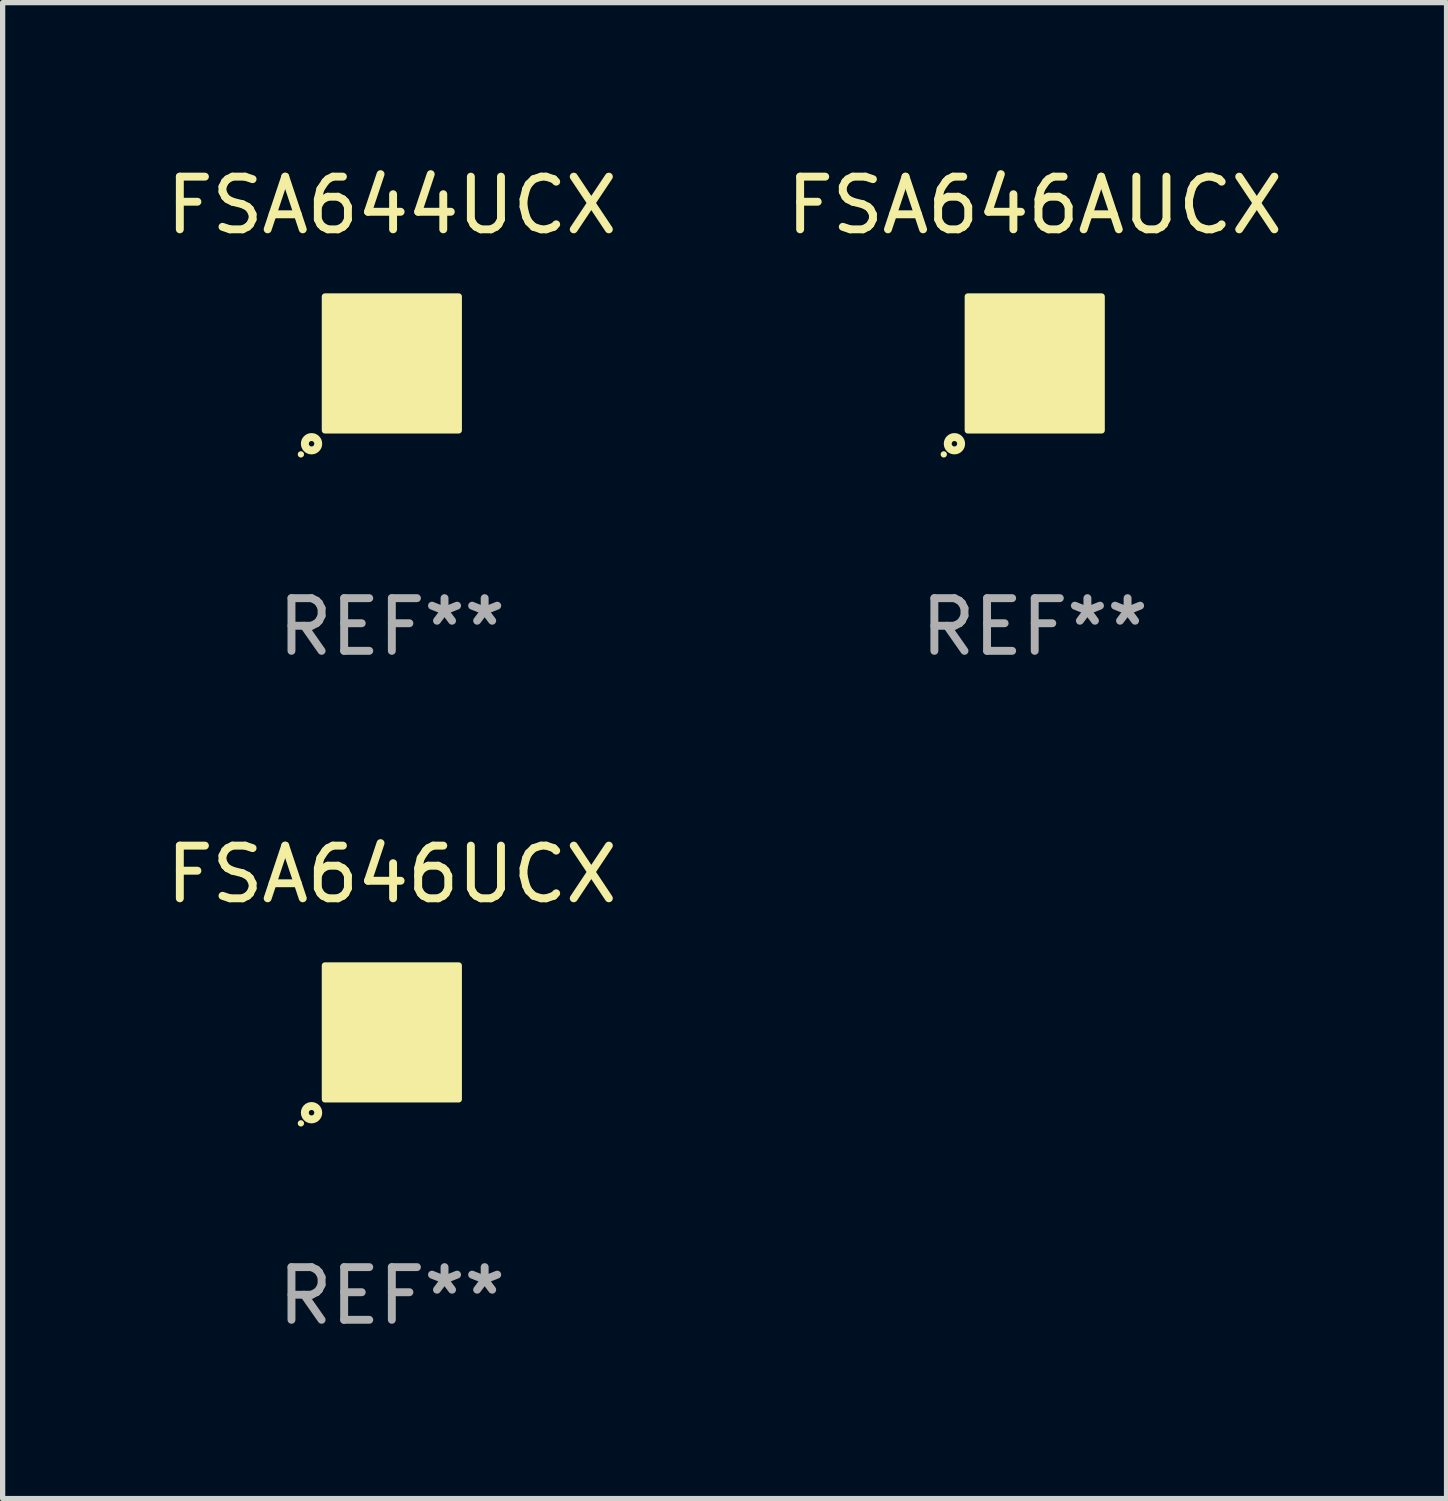
<source format=kicad_pcb>
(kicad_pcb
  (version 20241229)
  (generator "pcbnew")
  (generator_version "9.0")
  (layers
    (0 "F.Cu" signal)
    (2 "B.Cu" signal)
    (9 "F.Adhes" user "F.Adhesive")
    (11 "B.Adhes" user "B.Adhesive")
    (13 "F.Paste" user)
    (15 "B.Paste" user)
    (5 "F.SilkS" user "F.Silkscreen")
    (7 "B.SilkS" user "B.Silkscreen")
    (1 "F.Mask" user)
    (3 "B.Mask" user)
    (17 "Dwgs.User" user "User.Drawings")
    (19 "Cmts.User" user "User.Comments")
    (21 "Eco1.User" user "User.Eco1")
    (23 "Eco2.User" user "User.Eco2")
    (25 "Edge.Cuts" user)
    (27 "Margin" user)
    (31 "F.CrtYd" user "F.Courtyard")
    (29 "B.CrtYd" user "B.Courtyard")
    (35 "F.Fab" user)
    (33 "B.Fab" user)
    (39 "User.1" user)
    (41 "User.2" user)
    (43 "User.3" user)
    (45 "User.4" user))
  (footprint "FSA646AUCX"
    (layer "F.Cu")
    (at 16.589 3.848)
    (property "Reference" "FSA646AUCX" (at 0 -3 0) (layer "F.SilkS") (effects (font (size 1 1) (thickness 0.15))))
    (attr through_hole)
    (fp_circle (center -1.726 1.726) (end -1.696 1.726) (stroke (width 0.06) (type solid)) (fill no) (layer "F.SilkS"))
    (fp_circle (center -1.524 1.524) (end -1.397 1.524) (stroke (width 0.15) (type solid)) (fill no) (layer "F.SilkS"))
    (fp_poly (pts (xy -1.27 -1.27) (xy 1.27 -1.27) (xy 1.27 1.27) (xy -1.27 1.27)) (stroke (width 0.12) (type solid)) (fill yes) (layer "F.SilkS"))
    (fp_text user "REF**" (at 0 5 0) (layer "F.Fab") (effects (font (size 1 1) (thickness 0.15))))
    (pad "A1" smd circle (at -1 1) (size 0.3 0.3) (layers "F.Cu" "F.Mask" "F.Paste"))
    (pad "A2" smd circle (at -1 0.6) (size 0.3 0.3) (layers "F.Cu" "F.Mask" "F.Paste"))
    (pad "A3" smd circle (at -1 0.2) (size 0.3 0.3) (layers "F.Cu" "F.Mask" "F.Paste"))
    (pad "A4" smd circle (at -1 -0.2) (size 0.3 0.3) (layers "F.Cu" "F.Mask" "F.Paste"))
    (pad "A5" smd circle (at -1 -0.6) (size 0.3 0.3) (layers "F.Cu" "F.Mask" "F.Paste"))
    (pad "A6" smd circle (at -1 -1) (size 0.3 0.3) (layers "F.Cu" "F.Mask" "F.Paste"))
    (pad "B1" smd circle (at -0.6 1) (size 0.3 0.3) (layers "F.Cu" "F.Mask" "F.Paste"))
    (pad "B2" smd circle (at -0.6 0.6) (size 0.3 0.3) (layers "F.Cu" "F.Mask" "F.Paste"))
    (pad "B3" smd circle (at -0.6 0.2) (size 0.3 0.3) (layers "F.Cu" "F.Mask" "F.Paste"))
    (pad "B4" smd circle (at -0.6 -0.2) (size 0.3 0.3) (layers "F.Cu" "F.Mask" "F.Paste"))
    (pad "B5" smd circle (at -0.6 -0.6) (size 0.3 0.3) (layers "F.Cu" "F.Mask" "F.Paste"))
    (pad "B6" smd circle (at -0.6 -1) (size 0.3 0.3) (layers "F.Cu" "F.Mask" "F.Paste"))
    (pad "C1" smd circle (at -0.2 1) (size 0.3 0.3) (layers "F.Cu" "F.Mask" "F.Paste"))
    (pad "C2" smd circle (at -0.2 0.6) (size 0.3 0.3) (layers "F.Cu" "F.Mask" "F.Paste"))
    (pad "C3" smd circle (at -0.2 0.2) (size 0.3 0.3) (layers "F.Cu" "F.Mask" "F.Paste"))
    (pad "C4" smd circle (at -0.2 -0.2) (size 0.3 0.3) (layers "F.Cu" "F.Mask" "F.Paste"))
    (pad "C5" smd circle (at -0.2 -0.6) (size 0.3 0.3) (layers "F.Cu" "F.Mask" "F.Paste"))
    (pad "C6" smd circle (at -0.2 -1) (size 0.3 0.3) (layers "F.Cu" "F.Mask" "F.Paste"))
    (pad "D1" smd circle (at 0.2 1) (size 0.3 0.3) (layers "F.Cu" "F.Mask" "F.Paste"))
    (pad "D2" smd circle (at 0.2 0.6) (size 0.3 0.3) (layers "F.Cu" "F.Mask" "F.Paste"))
    (pad "D3" smd circle (at 0.2 0.2) (size 0.3 0.3) (layers "F.Cu" "F.Mask" "F.Paste"))
    (pad "D4" smd circle (at 0.2 -0.2) (size 0.3 0.3) (layers "F.Cu" "F.Mask" "F.Paste"))
    (pad "D5" smd circle (at 0.2 -0.6) (size 0.3 0.3) (layers "F.Cu" "F.Mask" "F.Paste"))
    (pad "D6" smd circle (at 0.2 -1) (size 0.3 0.3) (layers "F.Cu" "F.Mask" "F.Paste"))
    (pad "E1" smd circle (at 0.6 1) (size 0.3 0.3) (layers "F.Cu" "F.Mask" "F.Paste"))
    (pad "E2" smd circle (at 0.6 0.6) (size 0.3 0.3) (layers "F.Cu" "F.Mask" "F.Paste"))
    (pad "E3" smd circle (at 0.6 0.2) (size 0.3 0.3) (layers "F.Cu" "F.Mask" "F.Paste"))
    (pad "E4" smd circle (at 0.6 -0.2) (size 0.3 0.3) (layers "F.Cu" "F.Mask" "F.Paste"))
    (pad "E5" smd circle (at 0.6 -0.6) (size 0.3 0.3) (layers "F.Cu" "F.Mask" "F.Paste"))
    (pad "E6" smd circle (at 0.6 -1) (size 0.3 0.3) (layers "F.Cu" "F.Mask" "F.Paste"))
    (pad "F1" smd circle (at 1 1) (size 0.3 0.3) (layers "F.Cu" "F.Mask" "F.Paste"))
    (pad "F2" smd circle (at 1 0.6) (size 0.3 0.3) (layers "F.Cu" "F.Mask" "F.Paste"))
    (pad "F3" smd circle (at 1 0.2) (size 0.3 0.3) (layers "F.Cu" "F.Mask" "F.Paste"))
    (pad "F4" smd circle (at 1 -0.2) (size 0.3 0.3) (layers "F.Cu" "F.Mask" "F.Paste"))
    (pad "F5" smd circle (at 1 -0.6) (size 0.3 0.3) (layers "F.Cu" "F.Mask" "F.Paste"))
    (pad "F6" smd circle (at 1 -1) (size 0.3 0.3) (layers "F.Cu" "F.Mask" "F.Paste")))
  (footprint "FSA646UCX"
    (layer "F.Cu")
    (at 4.387 16.545)
    (property "Reference" "FSA646UCX" (at 0 -3 0) (layer "F.SilkS") (effects (font (size 1 1) (thickness 0.15))))
    (attr through_hole)
    (fp_circle (center -1.726 1.726) (end -1.696 1.726) (stroke (width 0.06) (type solid)) (fill no) (layer "F.SilkS"))
    (fp_circle (center -1.524 1.524) (end -1.397 1.524) (stroke (width 0.15) (type solid)) (fill no) (layer "F.SilkS"))
    (fp_poly (pts (xy -1.27 -1.27) (xy 1.27 -1.27) (xy 1.27 1.27) (xy -1.27 1.27)) (stroke (width 0.12) (type solid)) (fill yes) (layer "F.SilkS"))
    (fp_text user "REF**" (at 0 5 0) (layer "F.Fab") (effects (font (size 1 1) (thickness 0.15))))
    (pad "A1" smd circle (at -1 1) (size 0.3 0.3) (layers "F.Cu" "F.Mask" "F.Paste"))
    (pad "A2" smd circle (at -1 0.6) (size 0.3 0.3) (layers "F.Cu" "F.Mask" "F.Paste"))
    (pad "A3" smd circle (at -1 0.2) (size 0.3 0.3) (layers "F.Cu" "F.Mask" "F.Paste"))
    (pad "A4" smd circle (at -1 -0.2) (size 0.3 0.3) (layers "F.Cu" "F.Mask" "F.Paste"))
    (pad "A5" smd circle (at -1 -0.6) (size 0.3 0.3) (layers "F.Cu" "F.Mask" "F.Paste"))
    (pad "A6" smd circle (at -1 -1) (size 0.3 0.3) (layers "F.Cu" "F.Mask" "F.Paste"))
    (pad "B1" smd circle (at -0.6 1) (size 0.3 0.3) (layers "F.Cu" "F.Mask" "F.Paste"))
    (pad "B2" smd circle (at -0.6 0.6) (size 0.3 0.3) (layers "F.Cu" "F.Mask" "F.Paste"))
    (pad "B3" smd circle (at -0.6 0.2) (size 0.3 0.3) (layers "F.Cu" "F.Mask" "F.Paste"))
    (pad "B4" smd circle (at -0.6 -0.2) (size 0.3 0.3) (layers "F.Cu" "F.Mask" "F.Paste"))
    (pad "B5" smd circle (at -0.6 -0.6) (size 0.3 0.3) (layers "F.Cu" "F.Mask" "F.Paste"))
    (pad "B6" smd circle (at -0.6 -1) (size 0.3 0.3) (layers "F.Cu" "F.Mask" "F.Paste"))
    (pad "C1" smd circle (at -0.2 1) (size 0.3 0.3) (layers "F.Cu" "F.Mask" "F.Paste"))
    (pad "C2" smd circle (at -0.2 0.6) (size 0.3 0.3) (layers "F.Cu" "F.Mask" "F.Paste"))
    (pad "C3" smd circle (at -0.2 0.2) (size 0.3 0.3) (layers "F.Cu" "F.Mask" "F.Paste"))
    (pad "C4" smd circle (at -0.2 -0.2) (size 0.3 0.3) (layers "F.Cu" "F.Mask" "F.Paste"))
    (pad "C5" smd circle (at -0.2 -0.6) (size 0.3 0.3) (layers "F.Cu" "F.Mask" "F.Paste"))
    (pad "C6" smd circle (at -0.2 -1) (size 0.3 0.3) (layers "F.Cu" "F.Mask" "F.Paste"))
    (pad "D1" smd circle (at 0.2 1) (size 0.3 0.3) (layers "F.Cu" "F.Mask" "F.Paste"))
    (pad "D2" smd circle (at 0.2 0.6) (size 0.3 0.3) (layers "F.Cu" "F.Mask" "F.Paste"))
    (pad "D3" smd circle (at 0.2 0.2) (size 0.3 0.3) (layers "F.Cu" "F.Mask" "F.Paste"))
    (pad "D4" smd circle (at 0.2 -0.2) (size 0.3 0.3) (layers "F.Cu" "F.Mask" "F.Paste"))
    (pad "D5" smd circle (at 0.2 -0.6) (size 0.3 0.3) (layers "F.Cu" "F.Mask" "F.Paste"))
    (pad "D6" smd circle (at 0.2 -1) (size 0.3 0.3) (layers "F.Cu" "F.Mask" "F.Paste"))
    (pad "E1" smd circle (at 0.6 1) (size 0.3 0.3) (layers "F.Cu" "F.Mask" "F.Paste"))
    (pad "E2" smd circle (at 0.6 0.6) (size 0.3 0.3) (layers "F.Cu" "F.Mask" "F.Paste"))
    (pad "E3" smd circle (at 0.6 0.2) (size 0.3 0.3) (layers "F.Cu" "F.Mask" "F.Paste"))
    (pad "E4" smd circle (at 0.6 -0.2) (size 0.3 0.3) (layers "F.Cu" "F.Mask" "F.Paste"))
    (pad "E5" smd circle (at 0.6 -0.6) (size 0.3 0.3) (layers "F.Cu" "F.Mask" "F.Paste"))
    (pad "E6" smd circle (at 0.6 -1) (size 0.3 0.3) (layers "F.Cu" "F.Mask" "F.Paste"))
    (pad "F1" smd circle (at 1 1) (size 0.3 0.3) (layers "F.Cu" "F.Mask" "F.Paste"))
    (pad "F2" smd circle (at 1 0.6) (size 0.3 0.3) (layers "F.Cu" "F.Mask" "F.Paste"))
    (pad "F3" smd circle (at 1 0.2) (size 0.3 0.3) (layers "F.Cu" "F.Mask" "F.Paste"))
    (pad "F4" smd circle (at 1 -0.2) (size 0.3 0.3) (layers "F.Cu" "F.Mask" "F.Paste"))
    (pad "F5" smd circle (at 1 -0.6) (size 0.3 0.3) (layers "F.Cu" "F.Mask" "F.Paste"))
    (pad "F6" smd circle (at 1 -1) (size 0.3 0.3) (layers "F.Cu" "F.Mask" "F.Paste")))
  (footprint "FSA644UCX"
    (layer "F.Cu")
    (at 4.387 3.848)
    (property "Reference" "FSA644UCX" (at 0 -3 0) (layer "F.SilkS") (effects (font (size 1 1) (thickness 0.15))))
    (attr through_hole)
    (fp_circle (center -1.726 1.726) (end -1.696 1.726) (stroke (width 0.06) (type solid)) (fill no) (layer "F.SilkS"))
    (fp_circle (center -1.524 1.524) (end -1.397 1.524) (stroke (width 0.15) (type solid)) (fill no) (layer "F.SilkS"))
    (fp_poly (pts (xy -1.27 -1.27) (xy 1.27 -1.27) (xy 1.27 1.27) (xy -1.27 1.27)) (stroke (width 0.12) (type solid)) (fill yes) (layer "F.SilkS"))
    (fp_text user "REF**" (at 0 5 0) (layer "F.Fab") (effects (font (size 1 1) (thickness 0.15))))
    (pad "A1" smd circle (at -1 1) (size 0.3 0.3) (layers "F.Cu" "F.Mask" "F.Paste"))
    (pad "A2" smd circle (at -1 0.6) (size 0.3 0.3) (layers "F.Cu" "F.Mask" "F.Paste"))
    (pad "A3" smd circle (at -1 0.2) (size 0.3 0.3) (layers "F.Cu" "F.Mask" "F.Paste"))
    (pad "A4" smd circle (at -1 -0.2) (size 0.3 0.3) (layers "F.Cu" "F.Mask" "F.Paste"))
    (pad "A5" smd circle (at -1 -0.6) (size 0.3 0.3) (layers "F.Cu" "F.Mask" "F.Paste"))
    (pad "A6" smd circle (at -1 -1) (size 0.3 0.3) (layers "F.Cu" "F.Mask" "F.Paste"))
    (pad "B1" smd circle (at -0.6 1) (size 0.3 0.3) (layers "F.Cu" "F.Mask" "F.Paste"))
    (pad "B2" smd circle (at -0.6 0.6) (size 0.3 0.3) (layers "F.Cu" "F.Mask" "F.Paste"))
    (pad "B3" smd circle (at -0.6 0.2) (size 0.3 0.3) (layers "F.Cu" "F.Mask" "F.Paste"))
    (pad "B4" smd circle (at -0.6 -0.2) (size 0.3 0.3) (layers "F.Cu" "F.Mask" "F.Paste"))
    (pad "B5" smd circle (at -0.6 -0.6) (size 0.3 0.3) (layers "F.Cu" "F.Mask" "F.Paste"))
    (pad "B6" smd circle (at -0.6 -1) (size 0.3 0.3) (layers "F.Cu" "F.Mask" "F.Paste"))
    (pad "C1" smd circle (at -0.2 1) (size 0.3 0.3) (layers "F.Cu" "F.Mask" "F.Paste"))
    (pad "C2" smd circle (at -0.2 0.6) (size 0.3 0.3) (layers "F.Cu" "F.Mask" "F.Paste"))
    (pad "C3" smd circle (at -0.2 0.2) (size 0.3 0.3) (layers "F.Cu" "F.Mask" "F.Paste"))
    (pad "C4" smd circle (at -0.2 -0.2) (size 0.3 0.3) (layers "F.Cu" "F.Mask" "F.Paste"))
    (pad "C5" smd circle (at -0.2 -0.6) (size 0.3 0.3) (layers "F.Cu" "F.Mask" "F.Paste"))
    (pad "C6" smd circle (at -0.2 -1) (size 0.3 0.3) (layers "F.Cu" "F.Mask" "F.Paste"))
    (pad "D1" smd circle (at 0.2 1) (size 0.3 0.3) (layers "F.Cu" "F.Mask" "F.Paste"))
    (pad "D2" smd circle (at 0.2 0.6) (size 0.3 0.3) (layers "F.Cu" "F.Mask" "F.Paste"))
    (pad "D3" smd circle (at 0.2 0.2) (size 0.3 0.3) (layers "F.Cu" "F.Mask" "F.Paste"))
    (pad "D4" smd circle (at 0.2 -0.2) (size 0.3 0.3) (layers "F.Cu" "F.Mask" "F.Paste"))
    (pad "D5" smd circle (at 0.2 -0.6) (size 0.3 0.3) (layers "F.Cu" "F.Mask" "F.Paste"))
    (pad "D6" smd circle (at 0.2 -1) (size 0.3 0.3) (layers "F.Cu" "F.Mask" "F.Paste"))
    (pad "E1" smd circle (at 0.6 1) (size 0.3 0.3) (layers "F.Cu" "F.Mask" "F.Paste"))
    (pad "E2" smd circle (at 0.6 0.6) (size 0.3 0.3) (layers "F.Cu" "F.Mask" "F.Paste"))
    (pad "E3" smd circle (at 0.6 0.2) (size 0.3 0.3) (layers "F.Cu" "F.Mask" "F.Paste"))
    (pad "E4" smd circle (at 0.6 -0.2) (size 0.3 0.3) (layers "F.Cu" "F.Mask" "F.Paste"))
    (pad "E5" smd circle (at 0.6 -0.6) (size 0.3 0.3) (layers "F.Cu" "F.Mask" "F.Paste"))
    (pad "E6" smd circle (at 0.6 -1) (size 0.3 0.3) (layers "F.Cu" "F.Mask" "F.Paste"))
    (pad "F1" smd circle (at 1 1) (size 0.3 0.3) (layers "F.Cu" "F.Mask" "F.Paste"))
    (pad "F2" smd circle (at 1 0.6) (size 0.3 0.3) (layers "F.Cu" "F.Mask" "F.Paste"))
    (pad "F3" smd circle (at 1 0.2) (size 0.3 0.3) (layers "F.Cu" "F.Mask" "F.Paste"))
    (pad "F4" smd circle (at 1 -0.2) (size 0.3 0.3) (layers "F.Cu" "F.Mask" "F.Paste"))
    (pad "F5" smd circle (at 1 -0.6) (size 0.3 0.3) (layers "F.Cu" "F.Mask" "F.Paste"))
    (pad "F6" smd circle (at 1 -1) (size 0.3 0.3) (layers "F.Cu" "F.Mask" "F.Paste")))
  (gr_rect
    (start -3 -3)
    (end 24.405 25.393)
    (stroke (width 0.1) (type default))
    (fill no)
    (layer "Edge.Cuts")))
</source>
